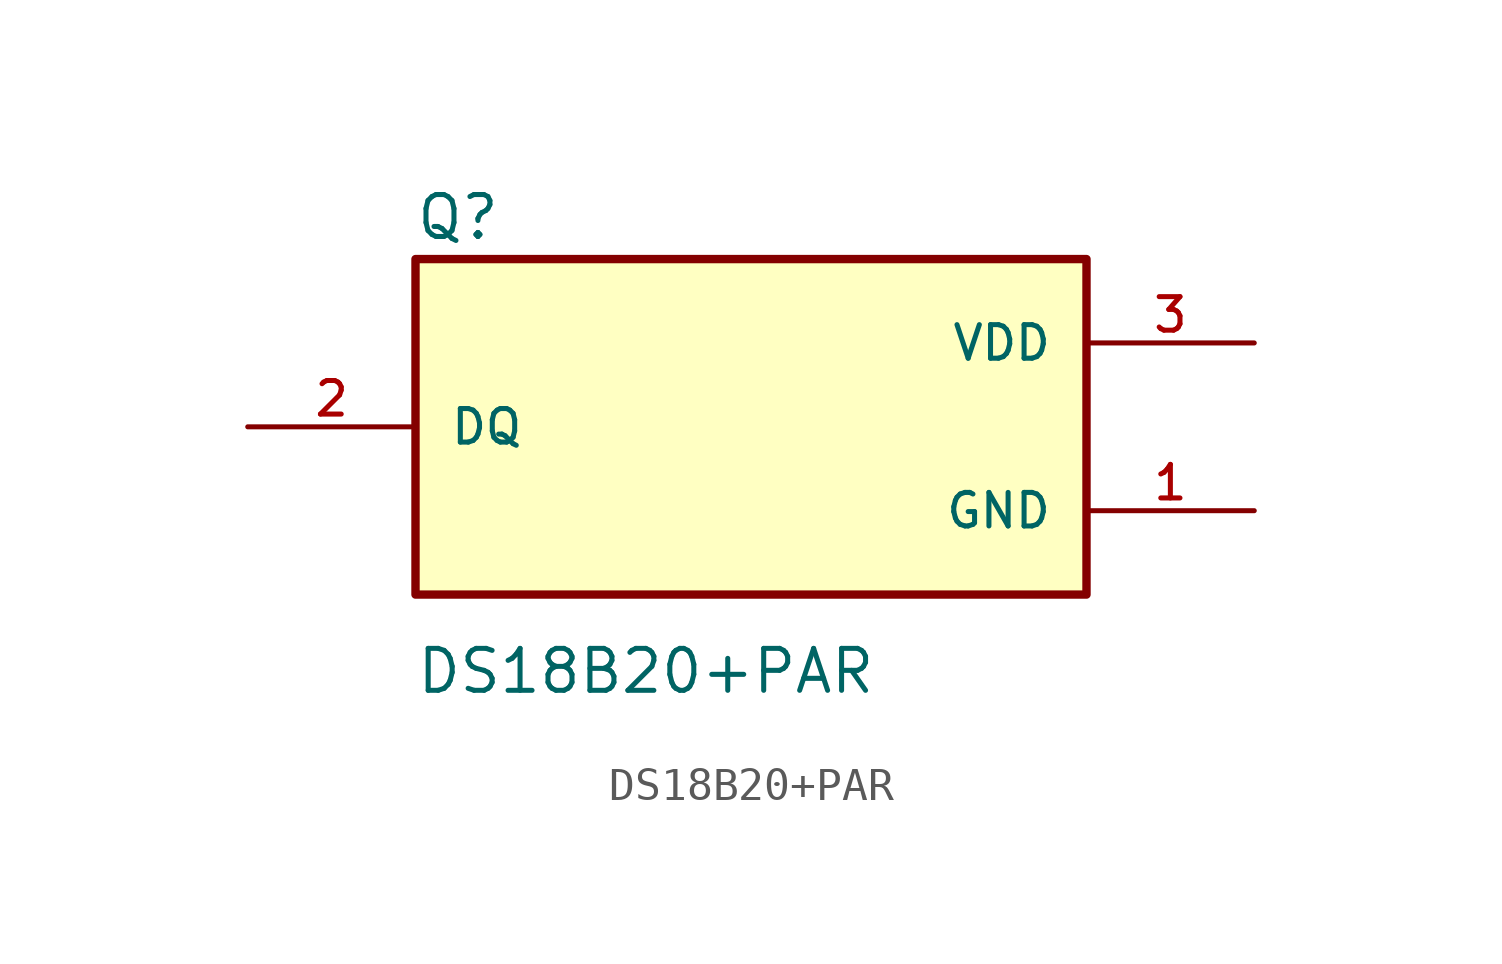
<source format=kicad_sym>
(kicad_symbol_lib
  (version 20211014)
  (generator kicad_symbol_editor)
  (symbol "DS18B20+PAR"
    (pin_names
      (offset 1.016))
    (property "Reference" "Q"
      (at -10.184 5.601 0)
      (effects (font (size 1.27 1.27)) (justify bottom left)))
    (property "Value" "DS18B20+PAR"
      (at -10.178 -8.143 0)
      (effects (font (size 1.27 1.27)) (justify bottom left)))
    (symbol "DS18B20+PAR_0_0"
      (rectangle (start -10.16 -5.08) (end 10.16 5.08) (stroke (width 0.254)) (fill (type background)))
      (pin bidirectional line (at -15.24 0.0 0) (length 5.08) (name "DQ" (effects (font (size 1.016 1.016)))) (number "2" (effects (font (size 1.016 1.016)))))
      (pin power_in line (at 15.24 2.54 180.0) (length 5.08) (name "VDD" (effects (font (size 1.016 1.016)))) (number "3" (effects (font (size 1.016 1.016)))))
      (pin power_in line (at 15.24 -2.54 180.0) (length 5.08) (name "GND" (effects (font (size 1.016 1.016)))) (number "1" (effects (font (size 1.016 1.016))))))))
</source>
